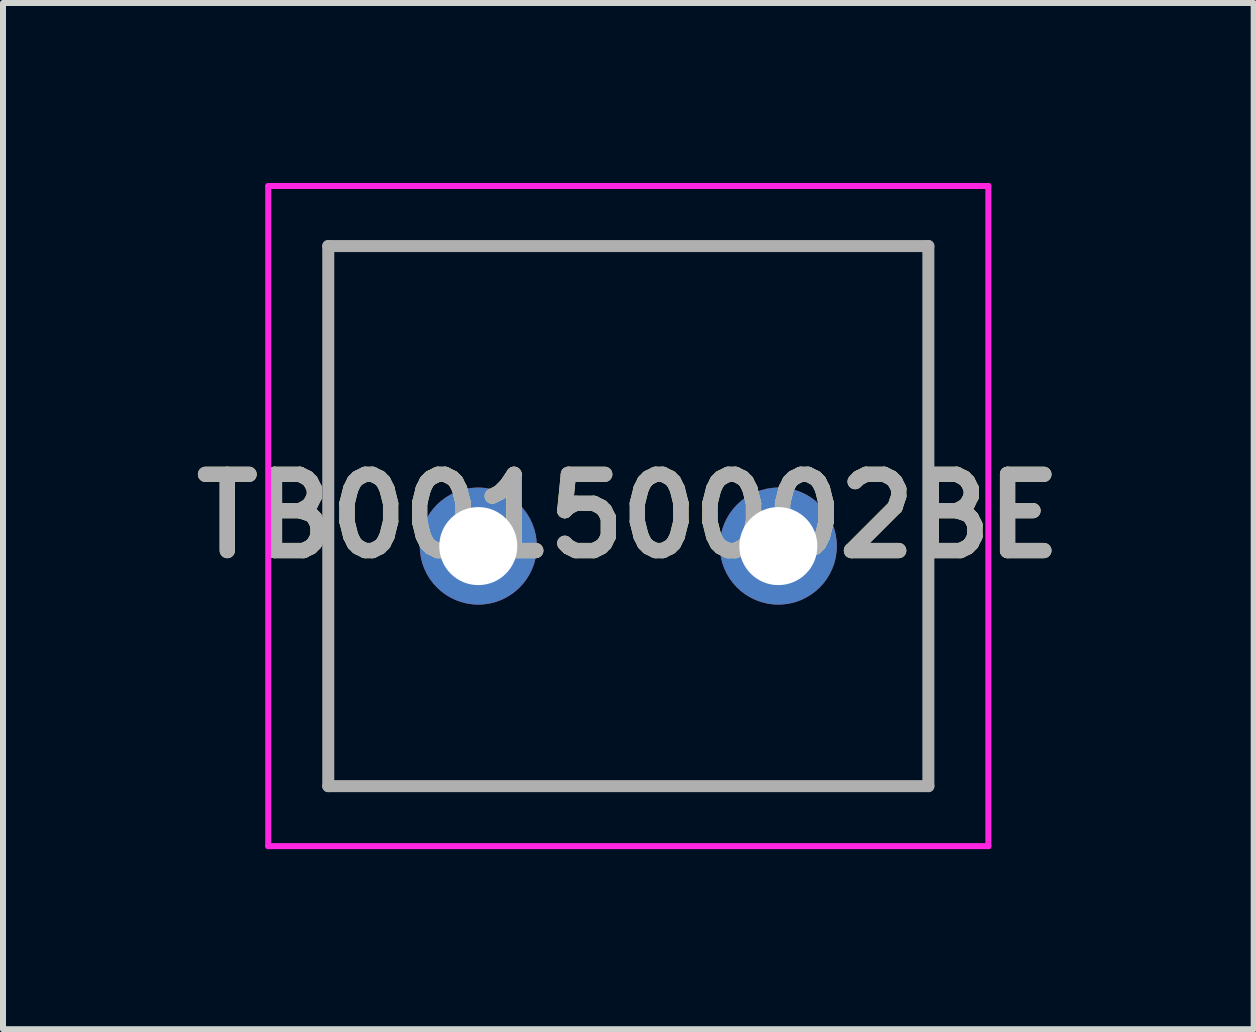
<source format=kicad_pcb>
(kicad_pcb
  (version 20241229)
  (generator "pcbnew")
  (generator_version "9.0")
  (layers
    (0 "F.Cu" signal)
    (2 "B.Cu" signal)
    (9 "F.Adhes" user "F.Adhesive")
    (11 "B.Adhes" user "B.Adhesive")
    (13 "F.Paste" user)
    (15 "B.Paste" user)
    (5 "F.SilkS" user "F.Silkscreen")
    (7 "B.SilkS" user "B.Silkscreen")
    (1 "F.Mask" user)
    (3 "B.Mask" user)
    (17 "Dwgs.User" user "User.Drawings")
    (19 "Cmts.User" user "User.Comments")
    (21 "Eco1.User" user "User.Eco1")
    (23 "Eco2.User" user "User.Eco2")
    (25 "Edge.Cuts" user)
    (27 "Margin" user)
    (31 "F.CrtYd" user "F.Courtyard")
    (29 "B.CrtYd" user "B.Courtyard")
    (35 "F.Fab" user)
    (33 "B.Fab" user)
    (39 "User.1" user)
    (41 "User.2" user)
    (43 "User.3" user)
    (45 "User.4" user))
  (footprint "TB00150002BE"
    (layer "F.Cu")
    (at 4.92 6.05)
    (property "Reference" "TB00150002BE" (at 2.5 -0.5 0) (layer "F.SilkS") (effects (font (size 1.27 1.27) (thickness 0.254))))
    (attr through_hole)
    (fp_line (start -2.5 -5) (end 7.5 -5) (stroke (width 0.1) (type solid)) (layer "F.SilkS"))
    (fp_line (start -2.5 4) (end -2.5 -5) (stroke (width 0.1) (type solid)) (layer "F.SilkS"))
    (fp_line (start 7.5 -5) (end 7.5 4) (stroke (width 0.1) (type solid)) (layer "F.SilkS"))
    (fp_line (start 7.5 4) (end -2.5 4) (stroke (width 0.1) (type solid)) (layer "F.SilkS"))
    (fp_line (start -3.5 -6) (end 8.5 -6) (stroke (width 0.1) (type solid)) (layer "F.CrtYd"))
    (fp_line (start -3.5 5) (end -3.5 -6) (stroke (width 0.1) (type solid)) (layer "F.CrtYd"))
    (fp_line (start 8.5 -6) (end 8.5 5) (stroke (width 0.1) (type solid)) (layer "F.CrtYd"))
    (fp_line (start 8.5 5) (end -3.5 5) (stroke (width 0.1) (type solid)) (layer "F.CrtYd"))
    (fp_line (start -2.5 -5) (end 7.5 -5) (stroke (width 0.2) (type solid)) (layer "F.Fab"))
    (fp_line (start -2.5 4) (end -2.5 -5) (stroke (width 0.2) (type solid)) (layer "F.Fab"))
    (fp_line (start 7.5 -5) (end 7.5 4) (stroke (width 0.2) (type solid)) (layer "F.Fab"))
    (fp_line (start 7.5 4) (end -2.5 4) (stroke (width 0.2) (type solid)) (layer "F.Fab"))
    (fp_text user "${REFERENCE}" (at 2.5 -0.5 0) (layer "F.Fab") (effects (font (size 1.27 1.27) (thickness 0.254))))
    (pad "1" thru_hole circle (at 0 0) (size 1.95 1.95) (drill 1.3) (layers "*.Cu" "*.Mask"))
    (pad "2" thru_hole circle (at 5 0) (size 1.95 1.95) (drill 1.3) (layers "*.Cu" "*.Mask")))
  (gr_rect
    (start -3 -3)
    (end 17.841 14.1)
    (stroke (width 0.1) (type default))
    (fill no)
    (layer "Edge.Cuts")))
</source>
